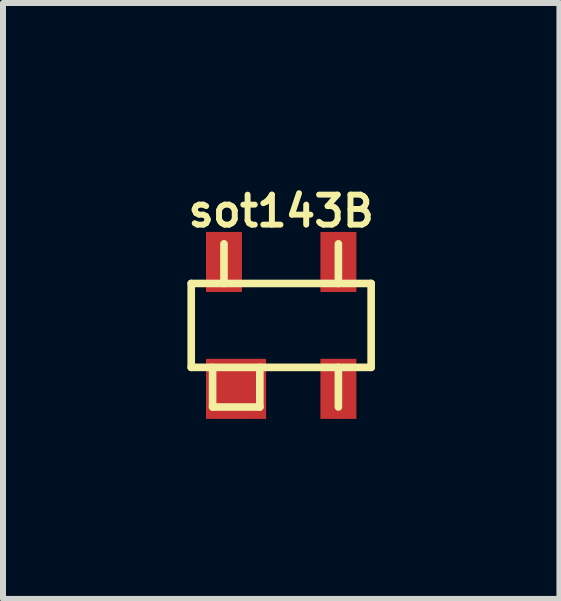
<source format=kicad_pcb>
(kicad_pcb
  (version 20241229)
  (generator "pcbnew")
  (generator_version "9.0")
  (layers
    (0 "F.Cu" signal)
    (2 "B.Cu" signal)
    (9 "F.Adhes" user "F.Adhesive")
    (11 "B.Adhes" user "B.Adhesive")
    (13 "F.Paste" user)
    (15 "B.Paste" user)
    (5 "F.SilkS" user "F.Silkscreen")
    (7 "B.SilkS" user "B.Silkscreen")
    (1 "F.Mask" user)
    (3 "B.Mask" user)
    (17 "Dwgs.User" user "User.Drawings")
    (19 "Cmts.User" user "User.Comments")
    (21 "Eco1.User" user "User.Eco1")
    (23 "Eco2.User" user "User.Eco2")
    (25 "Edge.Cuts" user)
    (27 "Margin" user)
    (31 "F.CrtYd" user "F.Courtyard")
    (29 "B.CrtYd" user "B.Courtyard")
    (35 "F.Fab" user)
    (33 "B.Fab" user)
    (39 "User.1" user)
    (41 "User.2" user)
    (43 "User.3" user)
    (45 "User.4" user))
  (footprint "sot143B"
    (layer "F.Cu")
    (at 1.635 2.372)
    (property "Reference" "sot143B" (at 0 -1.905 0) (layer "F.SilkS") (effects (font (size 0.5 0.5) (thickness 0.099))))
    (attr through_hole)
    (fp_line (start -1.499 -0.699) (end 1.499 -0.699) (stroke (width 0.127) (type solid)) (layer "F.SilkS"))
    (fp_line (start -1.499 0.699) (end -1.499 -0.699) (stroke (width 0.127) (type solid)) (layer "F.SilkS"))
    (fp_line (start -1.143 0.699) (end -1.143 1.359) (stroke (width 0.127) (type solid)) (layer "F.SilkS"))
    (fp_line (start -1.143 1.359) (end -0.356 1.359) (stroke (width 0.127) (type solid)) (layer "F.SilkS"))
    (fp_line (start -0.953 -0.699) (end -0.953 -1.359) (stroke (width 0.127) (type solid)) (layer "F.SilkS"))
    (fp_line (start -0.356 0.699) (end -0.356 1.359) (stroke (width 0.127) (type solid)) (layer "F.SilkS"))
    (fp_line (start 0.953 -0.699) (end 0.953 -1.359) (stroke (width 0.127) (type solid)) (layer "F.SilkS"))
    (fp_line (start 0.953 0.699) (end 0.953 1.359) (stroke (width 0.127) (type solid)) (layer "F.SilkS"))
    (fp_line (start 1.499 -0.699) (end 1.499 0.699) (stroke (width 0.127) (type solid)) (layer "F.SilkS"))
    (fp_line (start 1.499 0.699) (end -1.499 0.699) (stroke (width 0.127) (type solid)) (layer "F.SilkS"))
    (pad "1" smd rect (at -0.953 -1.057) (size 0.599 1.001) (layers "F.Cu" "F.Mask" "F.Paste"))
    (pad "1" smd rect (at -0.752 1.057) (size 1.001 1.001) (layers "F.Cu" "F.Mask" "F.Paste"))
    (pad "2" smd rect (at 0.953 1.057) (size 0.599 1.001) (layers "F.Cu" "F.Mask" "F.Paste"))
    (pad "3" smd rect (at 0.953 -1.057) (size 0.599 1.001) (layers "F.Cu" "F.Mask" "F.Paste")))
  (gr_rect
    (start -3 -3)
    (end 6.271 6.929)
    (stroke (width 0.1) (type default))
    (fill no)
    (layer "Edge.Cuts")))
</source>
